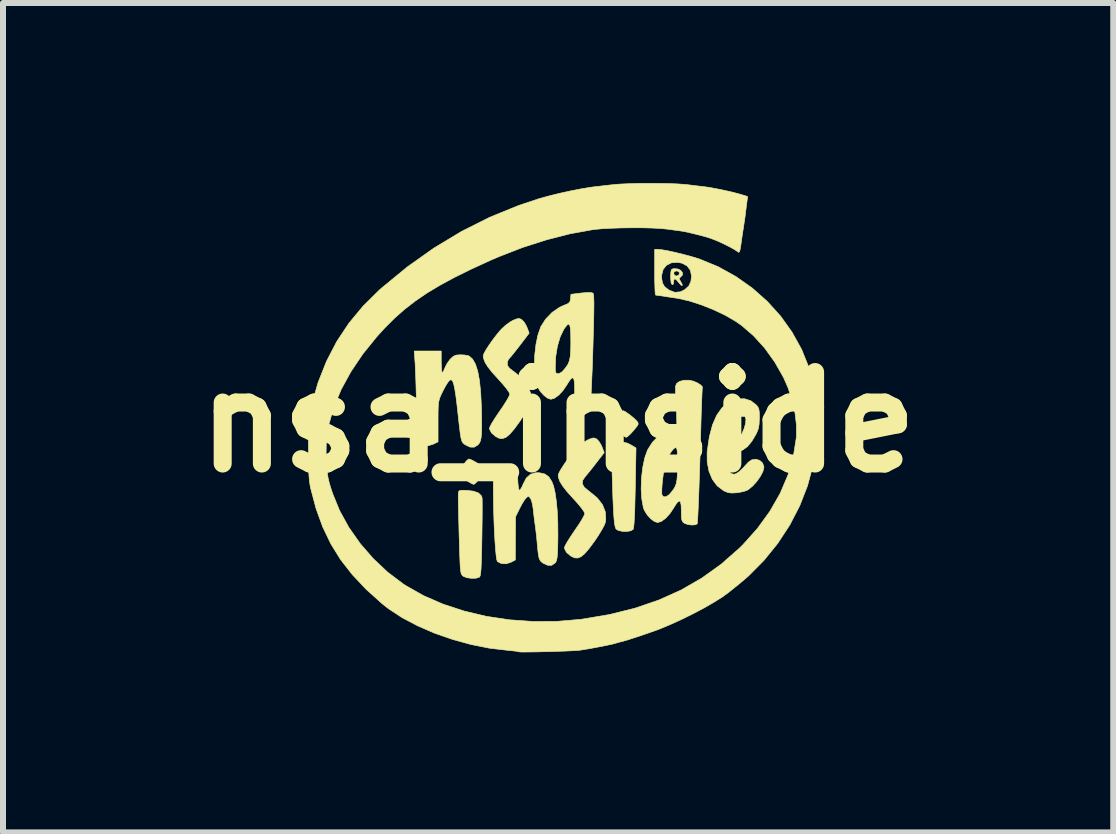
<source format=kicad_pcb>
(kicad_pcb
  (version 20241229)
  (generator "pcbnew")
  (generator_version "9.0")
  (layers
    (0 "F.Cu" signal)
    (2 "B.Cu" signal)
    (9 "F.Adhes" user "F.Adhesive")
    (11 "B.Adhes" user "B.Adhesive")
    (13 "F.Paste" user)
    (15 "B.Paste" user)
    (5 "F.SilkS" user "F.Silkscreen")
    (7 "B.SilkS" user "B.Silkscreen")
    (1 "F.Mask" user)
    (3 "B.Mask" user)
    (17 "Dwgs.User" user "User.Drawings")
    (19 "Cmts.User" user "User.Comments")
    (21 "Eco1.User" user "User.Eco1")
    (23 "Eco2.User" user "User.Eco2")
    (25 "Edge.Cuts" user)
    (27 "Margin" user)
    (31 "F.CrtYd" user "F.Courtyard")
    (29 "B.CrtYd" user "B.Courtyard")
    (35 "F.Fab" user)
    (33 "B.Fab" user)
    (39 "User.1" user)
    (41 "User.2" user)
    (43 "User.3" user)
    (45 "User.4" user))
  (footprint "nsa_inside"
    (layer "F.Cu")
    (at 6.248 3.983)
    (property "Reference" "nsa_inside" (at 0 0 0) (layer "F.SilkS") (effects (font (size 1.524 1.524) (thickness 0.3))))
    (attr through_hole)
    (fp_poly (pts (xy -1.451 0.625) (xy -1.398 0.652) (xy -1.336 0.689) (xy -1.276 0.728) (xy -1.229 0.763) (xy -1.207 0.787) (xy -1.206 0.79) (xy -1.219 0.819) (xy -1.251 0.868) (xy -1.295 0.925) (xy -1.34 0.979) (xy -1.38 1.02) (xy -1.404 1.037) (xy -1.405 1.037) (xy -1.434 1.026) (xy -1.486 0.997) (xy -1.54 0.963) (xy -1.598 0.918) (xy -1.638 0.877) (xy -1.651 0.852) (xy -1.639 0.813) (xy -1.609 0.758) (xy -1.57 0.699) (xy -1.529 0.648) (xy -1.496 0.618) (xy -1.485 0.614) (xy -1.451 0.625)) (stroke (width 0.01) (type solid)) (fill yes) (layer "F.SilkS"))
    (fp_poly (pts (xy 1.114 -0.178) (xy 1.163 -0.145) (xy 1.221 -0.101) (xy 1.275 -0.055) (xy 1.314 -0.015) (xy 1.316 -0.013) (xy 1.332 0.011) (xy 1.334 0.035) (xy 1.316 0.067) (xy 1.275 0.118) (xy 1.255 0.142) (xy 1.204 0.198) (xy 1.161 0.237) (xy 1.136 0.253) (xy 1.135 0.253) (xy 1.107 0.24) (xy 1.058 0.208) (xy 1.006 0.169) (xy 0.95 0.123) (xy 0.909 0.085) (xy 0.893 0.066) (xy 0.902 0.039) (xy 0.93 -0.009) (xy 0.97 -0.066) (xy 1.014 -0.123) (xy 1.054 -0.168) (xy 1.081 -0.19) (xy 1.084 -0.191) (xy 1.114 -0.178)) (stroke (width 0.01) (type solid)) (fill yes) (layer "F.SilkS"))
    (fp_poly (pts (xy 1.153 0.349) (xy 1.213 0.379) (xy 1.298 0.43) (xy 1.286 1.094) (xy 1.281 1.301) (xy 1.277 1.469) (xy 1.271 1.598) (xy 1.265 1.693) (xy 1.258 1.755) (xy 1.25 1.786) (xy 1.248 1.789) (xy 1.207 1.811) (xy 1.142 1.821) (xy 1.07 1.819) (xy 1.005 1.805) (xy 0.968 1.783) (xy 0.957 1.764) (xy 0.948 1.731) (xy 0.939 1.681) (xy 0.932 1.61) (xy 0.925 1.515) (xy 0.919 1.392) (xy 0.912 1.237) (xy 0.906 1.048) (xy 0.899 0.821) (xy 0.898 0.78) (xy 0.887 0.343) (xy 1.007 0.335) (xy 1.09 0.335) (xy 1.153 0.349)) (stroke (width 0.01) (type solid)) (fill yes) (layer "F.SilkS"))
    (fp_poly (pts (xy 1.995 -2.552) (xy 2.044 -2.528) (xy 2.072 -2.491) (xy 2.073 -2.452) (xy 2.04 -2.417) (xy 2.04 -2.417) (xy 2.019 -2.4) (xy 2.022 -2.377) (xy 2.043 -2.341) (xy 2.068 -2.293) (xy 2.067 -2.274) (xy 2.043 -2.287) (xy 2.009 -2.327) (xy 1.966 -2.377) (xy 1.94 -2.388) (xy 1.927 -2.362) (xy 1.926 -2.337) (xy 1.918 -2.297) (xy 1.9 -2.291) (xy 1.883 -2.319) (xy 1.876 -2.386) (xy 1.875 -2.425) (xy 1.877 -2.477) (xy 1.926 -2.477) (xy 1.942 -2.444) (xy 1.975 -2.434) (xy 2.008 -2.449) (xy 2.018 -2.464) (xy 2.018 -2.501) (xy 1.983 -2.518) (xy 1.965 -2.519) (xy 1.932 -2.502) (xy 1.926 -2.477) (xy 1.877 -2.477) (xy 1.878 -2.495) (xy 1.885 -2.534) (xy 1.902 -2.551) (xy 1.932 -2.557) (xy 1.995 -2.552)) (stroke (width 0.01) (type solid)) (fill yes) (layer "F.SilkS"))
    (fp_poly (pts (xy -1.537 1.136) (xy -1.529 1.136) (xy -1.409 1.15) (xy -1.325 1.181) (xy -1.276 1.23) (xy -1.266 1.265) (xy -1.265 1.3) (xy -1.264 1.372) (xy -1.264 1.475) (xy -1.265 1.602) (xy -1.267 1.748) (xy -1.269 1.906) (xy -1.27 1.943) (xy -1.273 2.125) (xy -1.277 2.27) (xy -1.281 2.381) (xy -1.285 2.463) (xy -1.291 2.519) (xy -1.297 2.556) (xy -1.306 2.576) (xy -1.312 2.583) (xy -1.368 2.6) (xy -1.443 2.602) (xy -1.52 2.592) (xy -1.578 2.569) (xy -1.583 2.565) (xy -1.596 2.554) (xy -1.607 2.54) (xy -1.616 2.518) (xy -1.623 2.484) (xy -1.629 2.433) (xy -1.633 2.36) (xy -1.637 2.262) (xy -1.642 2.132) (xy -1.646 1.967) (xy -1.649 1.883) (xy -1.653 1.72) (xy -1.657 1.568) (xy -1.66 1.434) (xy -1.662 1.323) (xy -1.663 1.241) (xy -1.662 1.193) (xy -1.662 1.185) (xy -1.657 1.156) (xy -1.641 1.141) (xy -1.605 1.135) (xy -1.537 1.136)) (stroke (width 0.01) (type solid)) (fill yes) (layer "F.SilkS"))
    (fp_poly (pts (xy 0.629 0.274) (xy 0.645 0.283) (xy 0.682 0.323) (xy 0.719 0.384) (xy 0.731 0.412) (xy 0.768 0.508) (xy 0.633 0.682) (xy 0.571 0.762) (xy 0.513 0.834) (xy 0.468 0.889) (xy 0.45 0.91) (xy 0.409 0.971) (xy 0.403 1.027) (xy 0.435 1.083) (xy 0.507 1.144) (xy 0.521 1.154) (xy 0.651 1.261) (xy 0.74 1.376) (xy 0.788 1.498) (xy 0.794 1.625) (xy 0.785 1.677) (xy 0.766 1.724) (xy 0.727 1.795) (xy 0.674 1.883) (xy 0.612 1.976) (xy 0.605 1.986) (xy 0.517 2.105) (xy 0.444 2.19) (xy 0.382 2.242) (xy 0.325 2.264) (xy 0.271 2.26) (xy 0.213 2.231) (xy 0.211 2.23) (xy 0.139 2.169) (xy 0.108 2.109) (xy 0.106 2.089) (xy 0.118 2.058) (xy 0.15 2) (xy 0.198 1.923) (xy 0.257 1.834) (xy 0.275 1.808) (xy 0.337 1.718) (xy 0.389 1.636) (xy 0.426 1.57) (xy 0.444 1.529) (xy 0.445 1.523) (xy 0.43 1.488) (xy 0.388 1.429) (xy 0.322 1.349) (xy 0.249 1.269) (xy 0.147 1.155) (xy 0.075 1.063) (xy 0.029 0.987) (xy 0.006 0.922) (xy 0.001 0.886) (xy 0.013 0.849) (xy 0.046 0.788) (xy 0.095 0.711) (xy 0.154 0.627) (xy 0.217 0.543) (xy 0.278 0.469) (xy 0.309 0.435) (xy 0.377 0.374) (xy 0.452 0.32) (xy 0.5 0.293) (xy 0.56 0.269) (xy 0.597 0.263) (xy 0.629 0.274)) (stroke (width 0.01) (type solid)) (fill yes) (layer "F.SilkS"))
    (fp_poly (pts (xy -0.62 -1.716) (xy -0.604 -1.706) (xy -0.566 -1.667) (xy -0.53 -1.606) (xy -0.518 -1.579) (xy -0.482 -1.483) (xy -0.635 -1.282) (xy -0.698 -1.201) (xy -0.753 -1.131) (xy -0.796 -1.08) (xy -0.818 -1.056) (xy -0.84 -1.018) (xy -0.847 -0.975) (xy -0.839 -0.937) (xy -0.812 -0.9) (xy -0.757 -0.856) (xy -0.728 -0.836) (xy -0.598 -0.728) (xy -0.509 -0.613) (xy -0.461 -0.492) (xy -0.455 -0.365) (xy -0.464 -0.313) (xy -0.483 -0.266) (xy -0.522 -0.194) (xy -0.575 -0.107) (xy -0.637 -0.014) (xy -0.644 -0.004) (xy -0.732 0.116) (xy -0.805 0.2) (xy -0.867 0.252) (xy -0.924 0.274) (xy -0.978 0.27) (xy -1.036 0.242) (xy -1.038 0.24) (xy -1.109 0.18) (xy -1.141 0.119) (xy -1.143 0.1) (xy -1.131 0.068) (xy -1.099 0.01) (xy -1.051 -0.067) (xy -0.991 -0.156) (xy -0.974 -0.181) (xy -0.912 -0.272) (xy -0.86 -0.354) (xy -0.823 -0.419) (xy -0.805 -0.46) (xy -0.804 -0.466) (xy -0.819 -0.501) (xy -0.861 -0.561) (xy -0.927 -0.64) (xy -1 -0.721) (xy -1.102 -0.834) (xy -1.174 -0.926) (xy -1.22 -1.002) (xy -1.243 -1.067) (xy -1.248 -1.104) (xy -1.236 -1.141) (xy -1.203 -1.202) (xy -1.154 -1.278) (xy -1.095 -1.363) (xy -1.032 -1.446) (xy -0.97 -1.521) (xy -0.94 -1.554) (xy -0.872 -1.616) (xy -0.797 -1.67) (xy -0.749 -1.697) (xy -0.689 -1.721) (xy -0.651 -1.727) (xy -0.62 -1.716)) (stroke (width 0.01) (type solid)) (fill yes) (layer "F.SilkS"))
    (fp_poly (pts (xy -0.673 0.946) (xy -0.668 1.029) (xy -0.66 1.094) (xy -0.65 1.131) (xy -0.646 1.136) (xy -0.627 1.121) (xy -0.602 1.078) (xy -0.582 1.032) (xy -0.53 0.932) (xy -0.462 0.87) (xy -0.375 0.843) (xy -0.312 0.843) (xy -0.223 0.863) (xy -0.156 0.91) (xy -0.104 0.991) (xy -0.076 1.063) (xy -0.051 1.17) (xy -0.03 1.311) (xy -0.014 1.481) (xy -0.005 1.671) (xy -0.003 1.876) (xy -0.004 1.973) (xy -0.007 2.101) (xy -0.011 2.194) (xy -0.017 2.258) (xy -0.025 2.301) (xy -0.037 2.329) (xy -0.051 2.347) (xy -0.106 2.385) (xy -0.172 2.385) (xy -0.247 2.351) (xy -0.278 2.329) (xy -0.3 2.303) (xy -0.317 2.264) (xy -0.329 2.205) (xy -0.339 2.12) (xy -0.35 2) (xy -0.359 1.9) (xy -0.372 1.794) (xy -0.381 1.725) (xy -0.394 1.63) (xy -0.407 1.522) (xy -0.413 1.46) (xy -0.425 1.38) (xy -0.442 1.311) (xy -0.458 1.274) (xy -0.483 1.24) (xy -0.505 1.24) (xy -0.532 1.262) (xy -0.562 1.299) (xy -0.601 1.362) (xy -0.64 1.437) (xy -0.641 1.438) (xy -0.709 1.577) (xy -0.711 1.937) (xy -0.713 2.297) (xy -0.785 2.334) (xy -0.866 2.36) (xy -0.945 2.356) (xy -1.008 2.324) (xy -1.012 2.32) (xy -1.022 2.29) (xy -1.032 2.222) (xy -1.042 2.122) (xy -1.051 1.995) (xy -1.06 1.846) (xy -1.067 1.68) (xy -1.073 1.503) (xy -1.077 1.318) (xy -1.079 1.132) (xy -1.079 1.085) (xy -1.079 0.762) (xy -0.679 0.762) (xy -0.673 0.946)) (stroke (width 0.01) (type solid)) (fill yes) (layer "F.SilkS"))
    (fp_poly (pts (xy 3.213 -0.355) (xy 3.302 -0.286) (xy 3.329 -0.252) (xy 3.345 -0.215) (xy 3.352 -0.163) (xy 3.354 -0.083) (xy 3.353 -0.067) (xy 3.349 0.035) (xy 3.335 0.112) (xy 3.308 0.18) (xy 3.303 0.191) (xy 3.229 0.317) (xy 3.155 0.407) (xy 3.075 0.465) (xy 2.982 0.498) (xy 2.945 0.505) (xy 2.847 0.519) (xy 2.841 0.664) (xy 2.841 0.761) (xy 2.854 0.824) (xy 2.883 0.857) (xy 2.93 0.868) (xy 2.933 0.868) (xy 2.97 0.857) (xy 3.018 0.824) (xy 3.082 0.763) (xy 3.165 0.672) (xy 3.169 0.667) (xy 3.228 0.627) (xy 3.294 0.618) (xy 3.358 0.637) (xy 3.406 0.68) (xy 3.429 0.744) (xy 3.429 0.755) (xy 3.413 0.82) (xy 3.372 0.9) (xy 3.313 0.984) (xy 3.245 1.061) (xy 3.175 1.119) (xy 3.149 1.135) (xy 3.095 1.154) (xy 3.02 1.17) (xy 2.969 1.177) (xy 2.888 1.181) (xy 2.827 1.172) (xy 2.763 1.145) (xy 2.752 1.138) (xy 2.65 1.061) (xy 2.57 0.953) (xy 2.514 0.819) (xy 2.484 0.665) (xy 2.483 0.5) (xy 2.485 0.48) (xy 2.502 0.368) (xy 2.872 0.368) (xy 2.943 0.326) (xy 3.001 0.277) (xy 3.053 0.207) (xy 3.065 0.187) (xy 3.102 0.1) (xy 3.124 0.018) (xy 3.129 -0.047) (xy 3.116 -0.089) (xy 3.105 -0.096) (xy 3.054 -0.096) (xy 3.002 -0.059) (xy 2.955 0.007) (xy 2.917 0.097) (xy 2.89 0.204) (xy 2.884 0.25) (xy 2.872 0.368) (xy 2.502 0.368) (xy 2.52 0.244) (xy 2.572 0.046) (xy 2.642 -0.114) (xy 2.73 -0.238) (xy 2.836 -0.326) (xy 2.865 -0.342) (xy 2.988 -0.386) (xy 3.105 -0.39) (xy 3.213 -0.355)) (stroke (width 0.01) (type solid)) (fill yes) (layer "F.SilkS"))
    (fp_poly (pts (xy -1.947 -1.005) (xy -1.945 -0.924) (xy -1.941 -0.862) (xy -1.934 -0.829) (xy -1.93 -0.826) (xy -1.913 -0.843) (xy -1.892 -0.888) (xy -1.886 -0.905) (xy -1.852 -0.973) (xy -1.804 -1.04) (xy -1.793 -1.053) (xy -1.745 -1.097) (xy -1.697 -1.117) (xy -1.63 -1.122) (xy -1.624 -1.122) (xy -1.555 -1.118) (xy -1.498 -1.107) (xy -1.482 -1.101) (xy -1.425 -1.051) (xy -1.377 -0.967) (xy -1.339 -0.848) (xy -1.31 -0.693) (xy -1.29 -0.498) (xy -1.278 -0.265) (xy -1.276 -0.201) (xy -1.273 -0.037) (xy -1.273 0.09) (xy -1.276 0.186) (xy -1.282 0.257) (xy -1.293 0.308) (xy -1.308 0.344) (xy -1.329 0.372) (xy -1.338 0.381) (xy -1.398 0.417) (xy -1.465 0.416) (xy -1.538 0.382) (xy -1.565 0.365) (xy -1.586 0.345) (xy -1.602 0.318) (xy -1.615 0.276) (xy -1.627 0.214) (xy -1.638 0.126) (xy -1.652 0.006) (xy -1.662 -0.085) (xy -1.683 -0.276) (xy -1.702 -0.428) (xy -1.72 -0.544) (xy -1.737 -0.626) (xy -1.755 -0.679) (xy -1.774 -0.703) (xy -1.796 -0.704) (xy -1.821 -0.683) (xy -1.839 -0.659) (xy -1.874 -0.604) (xy -1.914 -0.529) (xy -1.942 -0.472) (xy -1.964 -0.424) (xy -1.979 -0.38) (xy -1.99 -0.333) (xy -1.996 -0.274) (xy -1.999 -0.194) (xy -2 -0.086) (xy -2 -0.011) (xy -2 0.328) (xy -2.08 0.367) (xy -2.165 0.393) (xy -2.243 0.386) (xy -2.303 0.349) (xy -2.316 0.332) (xy -2.326 0.305) (xy -2.334 0.255) (xy -2.341 0.178) (xy -2.347 0.071) (xy -2.353 -0.07) (xy -2.358 -0.249) (xy -2.358 -0.286) (xy -2.363 -0.447) (xy -2.367 -0.604) (xy -2.372 -0.748) (xy -2.377 -0.872) (xy -2.381 -0.968) (xy -2.385 -1.021) (xy -2.397 -1.185) (xy -1.947 -1.185) (xy -1.947 -1.005)) (stroke (width 0.01) (type solid)) (fill yes) (layer "F.SilkS"))
    (fp_poly (pts (xy 0.556 -2.158) (xy 0.581 -2.149) (xy 0.588 -2.135) (xy 0.592 -2.104) (xy 0.595 -2.053) (xy 0.597 -1.977) (xy 0.596 -1.874) (xy 0.594 -1.741) (xy 0.59 -1.573) (xy 0.584 -1.368) (xy 0.581 -1.255) (xy 0.575 -1.067) (xy 0.569 -0.891) (xy 0.562 -0.733) (xy 0.556 -0.597) (xy 0.551 -0.488) (xy 0.546 -0.41) (xy 0.542 -0.367) (xy 0.541 -0.361) (xy 0.509 -0.344) (xy 0.453 -0.339) (xy 0.389 -0.346) (xy 0.334 -0.365) (xy 0.322 -0.372) (xy 0.298 -0.393) (xy 0.284 -0.422) (xy 0.277 -0.47) (xy 0.275 -0.547) (xy 0.275 -0.573) (xy 0.272 -0.67) (xy 0.26 -0.725) (xy 0.239 -0.74) (xy 0.207 -0.715) (xy 0.164 -0.651) (xy 0.149 -0.626) (xy 0.083 -0.528) (xy 0.011 -0.45) (xy -0.06 -0.399) (xy -0.12 -0.381) (xy -0.174 -0.399) (xy -0.235 -0.445) (xy -0.293 -0.508) (xy -0.339 -0.58) (xy -0.358 -0.63) (xy -0.384 -0.775) (xy -0.392 -0.907) (xy -0.047 -0.907) (xy -0.045 -0.841) (xy -0.028 -0.811) (xy 0.009 -0.807) (xy 0.055 -0.83) (xy 0.079 -0.852) (xy 0.129 -0.911) (xy 0.165 -0.965) (xy 0.189 -1.025) (xy 0.203 -1.098) (xy 0.21 -1.194) (xy 0.212 -1.323) (xy 0.212 -1.339) (xy 0.21 -1.47) (xy 0.205 -1.561) (xy 0.194 -1.615) (xy 0.176 -1.634) (xy 0.15 -1.619) (xy 0.115 -1.575) (xy 0.093 -1.542) (xy 0.033 -1.416) (xy -0.012 -1.262) (xy -0.04 -1.089) (xy -0.047 -0.907) (xy -0.392 -0.907) (xy -0.394 -0.942) (xy -0.389 -1.119) (xy -0.369 -1.293) (xy -0.336 -1.452) (xy -0.29 -1.584) (xy -0.286 -1.593) (xy -0.207 -1.717) (xy -0.101 -1.827) (xy 0.022 -1.912) (xy 0.091 -1.944) (xy 0.155 -1.97) (xy 0.189 -1.994) (xy 0.203 -2.026) (xy 0.207 -2.058) (xy 0.214 -2.13) (xy 0.384 -2.151) (xy 0.49 -2.16) (xy 0.556 -2.158)) (stroke (width 0.01) (type solid)) (fill yes) (layer "F.SilkS"))
    (fp_poly (pts (xy 2.186 -0.698) (xy 2.253 -0.683) (xy 2.319 -0.655) (xy 2.372 -0.622) (xy 2.402 -0.591) (xy 2.404 -0.574) (xy 2.401 -0.55) (xy 2.398 -0.49) (xy 2.394 -0.399) (xy 2.39 -0.284) (xy 2.385 -0.151) (xy 2.382 -0.053) (xy 2.373 0.278) (xy 2.364 0.578) (xy 2.356 0.845) (xy 2.348 1.078) (xy 2.341 1.276) (xy 2.334 1.437) (xy 2.328 1.561) (xy 2.323 1.645) (xy 2.319 1.689) (xy 2.317 1.694) (xy 2.286 1.71) (xy 2.231 1.714) (xy 2.168 1.707) (xy 2.114 1.689) (xy 2.1 1.682) (xy 2.076 1.66) (xy 2.062 1.631) (xy 2.055 1.583) (xy 2.053 1.506) (xy 2.053 1.48) (xy 2.05 1.384) (xy 2.038 1.328) (xy 2.017 1.313) (xy 1.985 1.338) (xy 1.942 1.402) (xy 1.927 1.427) (xy 1.861 1.526) (xy 1.789 1.604) (xy 1.718 1.655) (xy 1.658 1.672) (xy 1.604 1.655) (xy 1.543 1.609) (xy 1.485 1.545) (xy 1.439 1.473) (xy 1.42 1.423) (xy 1.394 1.278) (xy 1.385 1.135) (xy 1.727 1.135) (xy 1.728 1.195) (xy 1.73 1.21) (xy 1.755 1.243) (xy 1.797 1.243) (xy 1.846 1.212) (xy 1.857 1.201) (xy 1.907 1.142) (xy 1.943 1.088) (xy 1.967 1.029) (xy 1.981 0.955) (xy 1.988 0.859) (xy 1.99 0.731) (xy 1.99 0.714) (xy 1.989 0.596) (xy 1.987 0.514) (xy 1.982 0.462) (xy 1.974 0.434) (xy 1.962 0.424) (xy 1.958 0.423) (xy 1.926 0.442) (xy 1.886 0.49) (xy 1.844 0.56) (xy 1.806 0.64) (xy 1.786 0.695) (xy 1.77 0.761) (xy 1.755 0.85) (xy 1.742 0.95) (xy 1.732 1.049) (xy 1.727 1.135) (xy 1.385 1.135) (xy 1.384 1.111) (xy 1.389 0.935) (xy 1.409 0.76) (xy 1.442 0.601) (xy 1.488 0.469) (xy 1.492 0.46) (xy 1.571 0.336) (xy 1.678 0.226) (xy 1.8 0.141) (xy 1.869 0.109) (xy 1.979 0.068) (xy 1.973 -0.172) (xy 1.97 -0.28) (xy 1.965 -0.383) (xy 1.96 -0.466) (xy 1.956 -0.508) (xy 1.956 -0.596) (xy 1.974 -0.643) (xy 2.024 -0.679) (xy 2.1 -0.698) (xy 2.186 -0.698)) (stroke (width 0.01) (type solid)) (fill yes) (layer "F.SilkS"))
    (fp_poly (pts (xy 1.664 -3.978) (xy 1.828 -3.975) (xy 1.974 -3.97) (xy 2.093 -3.962) (xy 2.138 -3.958) (xy 2.238 -3.946) (xy 2.336 -3.934) (xy 2.414 -3.925) (xy 2.424 -3.924) (xy 2.523 -3.91) (xy 2.646 -3.887) (xy 2.779 -3.86) (xy 2.906 -3.831) (xy 3.012 -3.803) (xy 3.045 -3.794) (xy 3.158 -3.759) (xy 3.142 -3.641) (xy 3.132 -3.562) (xy 3.123 -3.49) (xy 3.12 -3.461) (xy 3.113 -3.407) (xy 3.101 -3.329) (xy 3.089 -3.249) (xy 3.076 -3.166) (xy 3.065 -3.094) (xy 3.059 -3.048) (xy 3.044 -2.946) (xy 3.033 -2.879) (xy 3.023 -2.843) (xy 3.012 -2.83) (xy 2.997 -2.835) (xy 2.988 -2.843) (xy 2.94 -2.875) (xy 2.865 -2.917) (xy 2.774 -2.963) (xy 2.678 -3.008) (xy 2.589 -3.045) (xy 2.582 -3.047) (xy 2.527 -3.067) (xy 2.469 -3.085) (xy 2.398 -3.105) (xy 2.307 -3.128) (xy 2.187 -3.157) (xy 2.138 -3.168) (xy 2.076 -3.18) (xy 2.021 -3.188) (xy 1.968 -3.195) (xy 1.89 -3.206) (xy 1.804 -3.217) (xy 1.803 -3.217) (xy 1.698 -3.227) (xy 1.56 -3.234) (xy 1.4 -3.238) (xy 1.227 -3.238) (xy 1.052 -3.236) (xy 0.884 -3.23) (xy 0.733 -3.222) (xy 0.609 -3.211) (xy 0.574 -3.206) (xy 0.199 -3.138) (xy -0.192 -3.038) (xy -0.592 -2.91) (xy -0.991 -2.755) (xy -1.132 -2.694) (xy -1.444 -2.551) (xy -1.72 -2.415) (xy -1.964 -2.283) (xy -2.183 -2.152) (xy -2.379 -2.018) (xy -2.56 -1.878) (xy -2.728 -1.729) (xy -2.89 -1.567) (xy -3.02 -1.424) (xy -3.254 -1.135) (xy -3.451 -0.842) (xy -3.612 -0.548) (xy -3.735 -0.256) (xy -3.818 0.034) (xy -3.862 0.319) (xy -3.866 0.597) (xy -3.866 0.601) (xy -3.857 0.734) (xy -3.846 0.837) (xy -3.833 0.924) (xy -3.814 1.006) (xy -3.787 1.097) (xy -3.757 1.188) (xy -3.64 1.474) (xy -3.486 1.754) (xy -3.298 2.022) (xy -3.082 2.271) (xy -2.843 2.497) (xy -2.585 2.692) (xy -2.543 2.72) (xy -2.245 2.889) (xy -1.917 3.032) (xy -1.566 3.147) (xy -1.196 3.235) (xy -0.811 3.293) (xy -0.416 3.321) (xy -0.018 3.319) (xy 0.381 3.285) (xy 0.402 3.282) (xy 0.857 3.205) (xy 1.283 3.099) (xy 1.68 2.963) (xy 2.051 2.796) (xy 2.396 2.597) (xy 2.718 2.366) (xy 3.018 2.102) (xy 3.08 2.041) (xy 3.323 1.769) (xy 3.53 1.483) (xy 3.7 1.186) (xy 3.83 0.88) (xy 3.92 0.567) (xy 3.97 0.25) (xy 3.971 0.233) (xy 3.971 0.05) (xy 3.947 -0.152) (xy 3.899 -0.363) (xy 3.832 -0.57) (xy 3.756 -0.744) (xy 3.611 -0.999) (xy 3.443 -1.233) (xy 3.256 -1.439) (xy 3.056 -1.612) (xy 2.953 -1.683) (xy 2.782 -1.782) (xy 2.59 -1.873) (xy 2.389 -1.953) (xy 2.192 -2.017) (xy 2.012 -2.059) (xy 1.977 -2.065) (xy 1.909 -2.075) (xy 1.822 -2.088) (xy 1.767 -2.097) (xy 1.698 -2.107) (xy 1.645 -2.114) (xy 1.625 -2.117) (xy 1.619 -2.137) (xy 1.615 -2.192) (xy 1.612 -2.277) (xy 1.609 -2.384) (xy 1.609 -2.448) (xy 1.725 -2.448) (xy 1.725 -2.396) (xy 1.74 -2.316) (xy 1.774 -2.258) (xy 1.838 -2.207) (xy 1.852 -2.198) (xy 1.944 -2.163) (xy 2.037 -2.171) (xy 2.109 -2.206) (xy 2.178 -2.269) (xy 2.213 -2.347) (xy 2.223 -2.435) (xy 2.204 -2.529) (xy 2.151 -2.601) (xy 2.068 -2.647) (xy 1.997 -2.662) (xy 1.889 -2.655) (xy 1.806 -2.614) (xy 1.75 -2.544) (xy 1.725 -2.448) (xy 1.609 -2.448) (xy 1.609 -2.498) (xy 1.609 -2.879) (xy 1.659 -2.879) (xy 1.723 -2.873) (xy 1.818 -2.857) (xy 1.933 -2.832) (xy 2.059 -2.802) (xy 2.185 -2.769) (xy 2.301 -2.735) (xy 2.357 -2.717) (xy 2.668 -2.589) (xy 2.962 -2.426) (xy 3.236 -2.233) (xy 3.486 -2.011) (xy 3.708 -1.765) (xy 3.899 -1.497) (xy 4.057 -1.212) (xy 4.169 -0.935) (xy 4.217 -0.78) (xy 4.253 -0.638) (xy 4.278 -0.496) (xy 4.294 -0.343) (xy 4.303 -0.169) (xy 4.305 -0.011) (xy 4.306 0.141) (xy 4.305 0.259) (xy 4.301 0.355) (xy 4.295 0.437) (xy 4.285 0.516) (xy 4.271 0.601) (xy 4.251 0.701) (xy 4.246 0.723) (xy 4.155 1.062) (xy 4.025 1.394) (xy 3.859 1.715) (xy 3.659 2.02) (xy 3.429 2.304) (xy 3.173 2.562) (xy 3.027 2.687) (xy 2.957 2.743) (xy 2.896 2.792) (xy 2.854 2.826) (xy 2.848 2.831) (xy 2.739 2.911) (xy 2.597 3) (xy 2.431 3.096) (xy 2.247 3.193) (xy 2.054 3.288) (xy 1.86 3.376) (xy 1.677 3.452) (xy 1.622 3.472) (xy 1.542 3.5) (xy 1.447 3.533) (xy 1.347 3.567) (xy 1.249 3.599) (xy 1.166 3.626) (xy 1.104 3.644) (xy 1.077 3.652) (xy 1.023 3.665) (xy 0.965 3.682) (xy 0.914 3.696) (xy 0.831 3.714) (xy 0.729 3.735) (xy 0.618 3.756) (xy 0.509 3.776) (xy 0.412 3.792) (xy 0.36 3.8) (xy 0.308 3.804) (xy 0.227 3.809) (xy 0.123 3.814) (xy 0.004 3.818) (xy -0.123 3.822) (xy -0.251 3.825) (xy -0.373 3.828) (xy -0.481 3.829) (xy -0.569 3.83) (xy -0.63 3.829) (xy -0.656 3.826) (xy -0.656 3.826) (xy -0.681 3.819) (xy -0.737 3.812) (xy -0.814 3.804) (xy -0.836 3.802) (xy -1.143 3.766) (xy -1.453 3.704) (xy -1.761 3.619) (xy -2.06 3.515) (xy -2.341 3.393) (xy -2.599 3.257) (xy -2.826 3.108) (xy -2.93 3.026) (xy -3.199 2.784) (xy -3.429 2.54) (xy -3.624 2.29) (xy -3.787 2.026) (xy -3.922 1.745) (xy -4.033 1.439) (xy -4.12 1.111) (xy -4.133 1.047) (xy -4.143 0.978) (xy -4.15 0.898) (xy -4.155 0.799) (xy -4.158 0.675) (xy -4.159 0.519) (xy -4.159 0.434) (xy -4.159 0.269) (xy -4.157 0.139) (xy -4.154 0.036) (xy -4.15 -0.046) (xy -4.142 -0.115) (xy -4.132 -0.178) (xy -4.118 -0.243) (xy -4.11 -0.275) (xy -3.999 -0.659) (xy -3.859 -1.013) (xy -3.689 -1.341) (xy -3.487 -1.646) (xy -3.249 -1.933) (xy -2.975 -2.204) (xy -2.938 -2.236) (xy -2.512 -2.586) (xy -2.069 -2.9) (xy -1.611 -3.176) (xy -1.14 -3.413) (xy -0.657 -3.61) (xy -0.318 -3.723) (xy -0.162 -3.766) (xy 0.015 -3.81) (xy 0.2 -3.851) (xy 0.38 -3.886) (xy 0.542 -3.913) (xy 0.635 -3.925) (xy 0.701 -3.932) (xy 0.792 -3.943) (xy 0.892 -3.954) (xy 0.921 -3.957) (xy 1.026 -3.966) (xy 1.163 -3.972) (xy 1.322 -3.977) (xy 1.492 -3.978) (xy 1.664 -3.978)) (stroke (width 0.01) (type solid)) (fill yes) (layer "F.SilkS")))
  (gr_rect
    (start -3 -3)
    (end 15.497 10.818)
    (stroke (width 0.1) (type default))
    (fill no)
    (layer "Edge.Cuts")))
</source>
